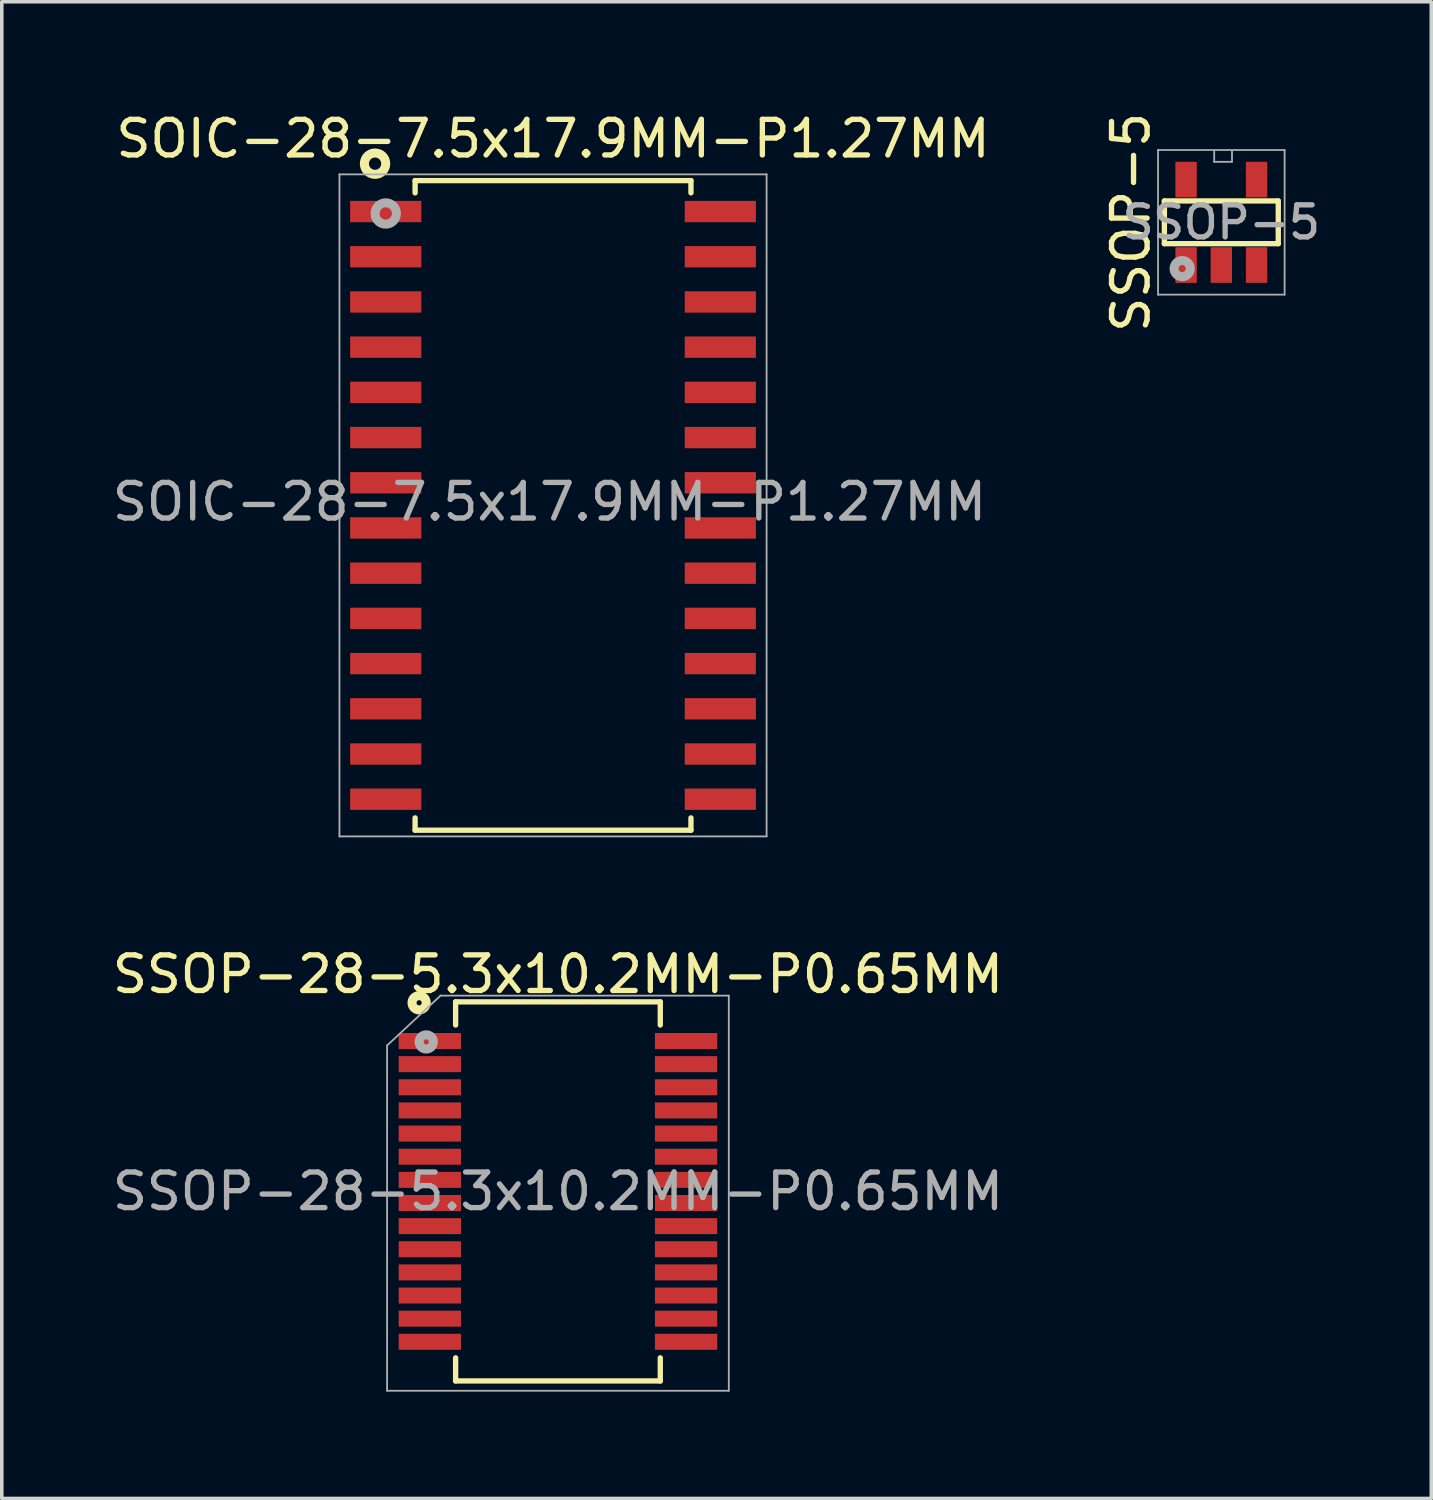
<source format=kicad_pcb>
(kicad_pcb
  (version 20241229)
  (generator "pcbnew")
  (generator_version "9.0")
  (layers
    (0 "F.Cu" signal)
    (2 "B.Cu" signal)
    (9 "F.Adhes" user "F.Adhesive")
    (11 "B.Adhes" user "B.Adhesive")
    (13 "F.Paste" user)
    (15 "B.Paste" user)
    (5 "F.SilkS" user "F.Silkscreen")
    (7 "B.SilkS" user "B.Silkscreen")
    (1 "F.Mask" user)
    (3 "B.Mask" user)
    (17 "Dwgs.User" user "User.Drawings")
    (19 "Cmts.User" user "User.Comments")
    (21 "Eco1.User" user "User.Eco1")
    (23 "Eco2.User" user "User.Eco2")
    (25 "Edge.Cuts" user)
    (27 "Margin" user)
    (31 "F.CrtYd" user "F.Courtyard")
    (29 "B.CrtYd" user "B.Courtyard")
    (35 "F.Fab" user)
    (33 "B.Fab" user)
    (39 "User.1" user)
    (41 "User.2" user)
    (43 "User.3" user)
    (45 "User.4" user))
  (footprint "SSOP-5"
    (layer "F.Cu")
    (at 31.262 3.196)
    (property "Reference" "SSOP-5" (at 0 0 0) (layer "F.Fab") (effects (font (size 0.9 0.9) (thickness 0.15))))
    (attr through_hole)
    (fp_line (start -1.6 -0.6) (end -1.6 0.6) (stroke (width 0.15) (type solid)) (layer "F.SilkS"))
    (fp_line (start -1.6 0.6) (end 1.6 0.6) (stroke (width 0.15) (type solid)) (layer "F.SilkS"))
    (fp_line (start 1.6 -0.6) (end -1.6 -0.6) (stroke (width 0.15) (type solid)) (layer "F.SilkS"))
    (fp_line (start 1.6 0.6) (end 1.6 -0.6) (stroke (width 0.15) (type solid)) (layer "F.SilkS"))
    (fp_line (start -1.778 -2.032) (end -1.778 2.032) (stroke (width 0.05) (type solid)) (layer "F.Fab"))
    (fp_line (start -1.778 2.032) (end 1.778 2.032) (stroke (width 0.05) (type solid)) (layer "F.Fab"))
    (fp_line (start -0.2 -2) (end -0.2 -1.7) (stroke (width 0.05) (type solid)) (layer "F.Fab"))
    (fp_line (start -0.2 -1.7) (end 0.3 -1.7) (stroke (width 0.05) (type solid)) (layer "F.Fab"))
    (fp_line (start 0.3 -1.7) (end 0.3 -2) (stroke (width 0.05) (type solid)) (layer "F.Fab"))
    (fp_line (start 1.778 -2.032) (end -1.778 -2.032) (stroke (width 0.05) (type solid)) (layer "F.Fab"))
    (fp_line (start 1.778 2.032) (end 1.778 -2.032) (stroke (width 0.05) (type solid)) (layer "F.Fab"))
    (fp_circle (center -1.1 1.3) (end -1.1 1.2) (stroke (width 0.254) (type solid)) (fill no) (layer "F.Fab"))
    (fp_text user "${REFERENCE}" (at -2.54 0 90) (layer "F.SilkS") (effects (font (size 1 1) (thickness 0.15))))
    (pad "1" smd rect (at -0.99 1.2) (size 0.6 1) (layers "F.Cu" "F.Mask" "F.Paste"))
    (pad "2" smd rect (at 0 1.2) (size 0.6 1) (layers "F.Cu" "F.Mask" "F.Paste"))
    (pad "3" smd rect (at 0.99 1.2) (size 0.6 1) (layers "F.Cu" "F.Mask" "F.Paste"))
    (pad "4" smd rect (at 0.99 -1.2) (size 0.6 1) (layers "F.Cu" "F.Mask" "F.Paste"))
    (pad "5" smd rect (at -0.99 -1.2) (size 0.6 1) (layers "F.Cu" "F.Mask" "F.Paste")))
  (footprint "SOIC-28-7.5x17.9MM-P1.27MM"
    (layer "F.Cu")
    (at 12.487 11.148)
    (property "Reference" "SOIC-28-7.5x17.9MM-P1.27MM" (at -0.1 -0.1 0) (layer "F.Fab") (effects (font (size 1 1) (thickness 0.15))))
    (attr smd)
    (fp_line (start -3.875 -9.125) (end -3.875 -8.78) (stroke (width 0.15) (type solid)) (layer "F.SilkS"))
    (fp_line (start -3.875 -9.125) (end 3.875 -9.125) (stroke (width 0.15) (type solid)) (layer "F.SilkS"))
    (fp_line (start -3.875 9.125) (end -3.875 8.78) (stroke (width 0.15) (type solid)) (layer "F.SilkS"))
    (fp_line (start -3.875 9.125) (end 3.875 9.125) (stroke (width 0.15) (type solid)) (layer "F.SilkS"))
    (fp_line (start 3.875 -9.125) (end 3.875 -8.78) (stroke (width 0.15) (type solid)) (layer "F.SilkS"))
    (fp_line (start 3.875 9.125) (end 3.875 8.78) (stroke (width 0.15) (type solid)) (layer "F.SilkS"))
    (fp_circle (center -5 -9.6) (end -5 -9.3) (stroke (width 0.254) (type solid)) (fill no) (layer "F.SilkS"))
    (fp_line (start -6 -9.3) (end -6 9.3) (stroke (width 0.051) (type solid)) (layer "F.Fab"))
    (fp_line (start -6 9.3) (end 6 9.3) (stroke (width 0.051) (type solid)) (layer "F.Fab"))
    (fp_line (start 6 -9.3) (end -6 -9.3) (stroke (width 0.051) (type solid)) (layer "F.Fab"))
    (fp_line (start 6 9.3) (end 6 -9.3) (stroke (width 0.051) (type solid)) (layer "F.Fab"))
    (fp_circle (center -4.7 -8.2) (end -4.7 -7.9) (stroke (width 0.254) (type solid)) (fill no) (layer "F.Fab"))
    (fp_text user "${REFERENCE}" (at 0 -10.3 0) (layer "F.SilkS") (effects (font (size 1 1) (thickness 0.15))))
    (pad "1" smd rect (at -4.7 -8.255) (size 2 0.6) (layers "F.Cu" "F.Mask" "F.Paste"))
    (pad "2" smd rect (at -4.7 -6.985) (size 2 0.6) (layers "F.Cu" "F.Mask" "F.Paste"))
    (pad "3" smd rect (at -4.7 -5.715) (size 2 0.6) (layers "F.Cu" "F.Mask" "F.Paste"))
    (pad "4" smd rect (at -4.7 -4.445) (size 2 0.6) (layers "F.Cu" "F.Mask" "F.Paste"))
    (pad "5" smd rect (at -4.7 -3.175) (size 2 0.6) (layers "F.Cu" "F.Mask" "F.Paste"))
    (pad "6" smd rect (at -4.7 -1.905) (size 2 0.6) (layers "F.Cu" "F.Mask" "F.Paste"))
    (pad "7" smd rect (at -4.7 -0.635) (size 2 0.6) (layers "F.Cu" "F.Mask" "F.Paste"))
    (pad "8" smd rect (at -4.7 0.635) (size 2 0.6) (layers "F.Cu" "F.Mask" "F.Paste"))
    (pad "9" smd rect (at -4.7 1.905) (size 2 0.6) (layers "F.Cu" "F.Mask" "F.Paste"))
    (pad "10" smd rect (at -4.7 3.175) (size 2 0.6) (layers "F.Cu" "F.Mask" "F.Paste"))
    (pad "11" smd rect (at -4.7 4.445) (size 2 0.6) (layers "F.Cu" "F.Mask" "F.Paste"))
    (pad "12" smd rect (at -4.7 5.715) (size 2 0.6) (layers "F.Cu" "F.Mask" "F.Paste"))
    (pad "13" smd rect (at -4.7 6.985) (size 2 0.6) (layers "F.Cu" "F.Mask" "F.Paste"))
    (pad "14" smd rect (at -4.7 8.255) (size 2 0.6) (layers "F.Cu" "F.Mask" "F.Paste"))
    (pad "15" smd rect (at 4.7 8.255) (size 2 0.6) (layers "F.Cu" "F.Mask" "F.Paste"))
    (pad "16" smd rect (at 4.7 6.985) (size 2 0.6) (layers "F.Cu" "F.Mask" "F.Paste"))
    (pad "17" smd rect (at 4.7 5.715) (size 2 0.6) (layers "F.Cu" "F.Mask" "F.Paste"))
    (pad "18" smd rect (at 4.7 4.445) (size 2 0.6) (layers "F.Cu" "F.Mask" "F.Paste"))
    (pad "19" smd rect (at 4.7 3.175) (size 2 0.6) (layers "F.Cu" "F.Mask" "F.Paste"))
    (pad "20" smd rect (at 4.7 1.905) (size 2 0.6) (layers "F.Cu" "F.Mask" "F.Paste"))
    (pad "21" smd rect (at 4.7 0.635) (size 2 0.6) (layers "F.Cu" "F.Mask" "F.Paste"))
    (pad "22" smd rect (at 4.7 -0.635) (size 2 0.6) (layers "F.Cu" "F.Mask" "F.Paste"))
    (pad "23" smd rect (at 4.7 -1.905) (size 2 0.6) (layers "F.Cu" "F.Mask" "F.Paste"))
    (pad "24" smd rect (at 4.7 -3.175) (size 2 0.6) (layers "F.Cu" "F.Mask" "F.Paste"))
    (pad "25" smd rect (at 4.7 -4.445) (size 2 0.6) (layers "F.Cu" "F.Mask" "F.Paste"))
    (pad "26" smd rect (at 4.7 -5.715) (size 2 0.6) (layers "F.Cu" "F.Mask" "F.Paste"))
    (pad "27" smd rect (at 4.7 -6.985) (size 2 0.6) (layers "F.Cu" "F.Mask" "F.Paste"))
    (pad "28" smd rect (at 4.7 -8.255) (size 2 0.6) (layers "F.Cu" "F.Mask" "F.Paste")))
  (footprint "SSOP-28-5.3x10.2MM-P0.65MM"
    (layer "F.Cu")
    (at 12.625 30.422)
    (property "Reference" "SSOP-28-5.3x10.2MM-P0.65MM" (at 0 0 0) (layer "F.Fab") (effects (font (size 1 1) (thickness 0.15))))
    (attr smd)
    (fp_line (start -2.875 -5.325) (end -2.875 -4.675) (stroke (width 0.15) (type solid)) (layer "F.SilkS"))
    (fp_line (start -2.875 -5.325) (end 2.875 -5.325) (stroke (width 0.15) (type solid)) (layer "F.SilkS"))
    (fp_line (start -2.875 5.325) (end -2.875 4.675) (stroke (width 0.15) (type solid)) (layer "F.SilkS"))
    (fp_line (start -2.875 5.325) (end 2.875 5.325) (stroke (width 0.15) (type solid)) (layer "F.SilkS"))
    (fp_line (start 2.875 -5.325) (end 2.875 -4.675) (stroke (width 0.15) (type solid)) (layer "F.SilkS"))
    (fp_line (start 2.875 5.325) (end 2.875 4.675) (stroke (width 0.15) (type solid)) (layer "F.SilkS"))
    (fp_circle (center -3.9 -5.3) (end -3.9 -5.1) (stroke (width 0.254) (type solid)) (fill no) (layer "F.SilkS"))
    (fp_line (start -4.8 -4.1) (end -4.8 5.6) (stroke (width 0.051) (type solid)) (layer "F.Fab"))
    (fp_line (start -4.8 -4.1) (end -3.3 -5.5) (stroke (width 0.05) (type solid)) (layer "F.Fab"))
    (fp_line (start -4.8 5.6) (end 4.8 5.6) (stroke (width 0.051) (type solid)) (layer "F.Fab"))
    (fp_line (start 4.8 -5.5) (end -3.3 -5.5) (stroke (width 0.051) (type solid)) (layer "F.Fab"))
    (fp_line (start 4.8 5.6) (end 4.8 -5.5) (stroke (width 0.051) (type solid)) (layer "F.Fab"))
    (fp_circle (center -3.7 -4.2) (end -3.7 -4) (stroke (width 0.254) (type solid)) (fill no) (layer "F.Fab"))
    (fp_text user "${REFERENCE}" (at 0 -6.1 0) (layer "F.SilkS") (effects (font (size 1 1) (thickness 0.15))))
    (pad "1" smd rect (at -3.6 -4.225) (size 1.75 0.45) (layers "F.Cu" "F.Mask" "F.Paste"))
    (pad "2" smd rect (at -3.6 -3.575) (size 1.75 0.45) (layers "F.Cu" "F.Mask" "F.Paste"))
    (pad "3" smd rect (at -3.6 -2.925) (size 1.75 0.45) (layers "F.Cu" "F.Mask" "F.Paste"))
    (pad "4" smd rect (at -3.6 -2.275) (size 1.75 0.45) (layers "F.Cu" "F.Mask" "F.Paste"))
    (pad "5" smd rect (at -3.6 -1.625) (size 1.75 0.45) (layers "F.Cu" "F.Mask" "F.Paste"))
    (pad "6" smd rect (at -3.6 -0.975) (size 1.75 0.45) (layers "F.Cu" "F.Mask" "F.Paste"))
    (pad "7" smd rect (at -3.6 -0.325) (size 1.75 0.45) (layers "F.Cu" "F.Mask" "F.Paste"))
    (pad "8" smd rect (at -3.6 0.325) (size 1.75 0.45) (layers "F.Cu" "F.Mask" "F.Paste"))
    (pad "9" smd rect (at -3.6 0.975) (size 1.75 0.45) (layers "F.Cu" "F.Mask" "F.Paste"))
    (pad "10" smd rect (at -3.6 1.625) (size 1.75 0.45) (layers "F.Cu" "F.Mask" "F.Paste"))
    (pad "11" smd rect (at -3.6 2.275) (size 1.75 0.45) (layers "F.Cu" "F.Mask" "F.Paste"))
    (pad "12" smd rect (at -3.6 2.925) (size 1.75 0.45) (layers "F.Cu" "F.Mask" "F.Paste"))
    (pad "13" smd rect (at -3.6 3.575) (size 1.75 0.45) (layers "F.Cu" "F.Mask" "F.Paste"))
    (pad "14" smd rect (at -3.6 4.225) (size 1.75 0.45) (layers "F.Cu" "F.Mask" "F.Paste"))
    (pad "15" smd rect (at 3.6 4.225) (size 1.75 0.45) (layers "F.Cu" "F.Mask" "F.Paste"))
    (pad "16" smd rect (at 3.6 3.575) (size 1.75 0.45) (layers "F.Cu" "F.Mask" "F.Paste"))
    (pad "17" smd rect (at 3.6 2.925) (size 1.75 0.45) (layers "F.Cu" "F.Mask" "F.Paste"))
    (pad "18" smd rect (at 3.6 2.275) (size 1.75 0.45) (layers "F.Cu" "F.Mask" "F.Paste"))
    (pad "19" smd rect (at 3.6 1.625) (size 1.75 0.45) (layers "F.Cu" "F.Mask" "F.Paste"))
    (pad "20" smd rect (at 3.6 0.975) (size 1.75 0.45) (layers "F.Cu" "F.Mask" "F.Paste"))
    (pad "21" smd rect (at 3.6 0.325) (size 1.75 0.45) (layers "F.Cu" "F.Mask" "F.Paste"))
    (pad "22" smd rect (at 3.6 -0.325) (size 1.75 0.45) (layers "F.Cu" "F.Mask" "F.Paste"))
    (pad "23" smd rect (at 3.6 -0.975) (size 1.75 0.45) (layers "F.Cu" "F.Mask" "F.Paste"))
    (pad "24" smd rect (at 3.6 -1.625) (size 1.75 0.45) (layers "F.Cu" "F.Mask" "F.Paste"))
    (pad "25" smd rect (at 3.6 -2.275) (size 1.75 0.45) (layers "F.Cu" "F.Mask" "F.Paste"))
    (pad "26" smd rect (at 3.6 -2.925) (size 1.75 0.45) (layers "F.Cu" "F.Mask" "F.Paste"))
    (pad "27" smd rect (at 3.6 -3.575) (size 1.75 0.45) (layers "F.Cu" "F.Mask" "F.Paste"))
    (pad "28" smd rect (at 3.6 -4.225) (size 1.75 0.45) (layers "F.Cu" "F.Mask" "F.Paste")))
  (gr_rect
    (start -3 -3)
    (end 37.161 39.047)
    (stroke (width 0.1) (type default))
    (fill no)
    (layer "Edge.Cuts")))
</source>
